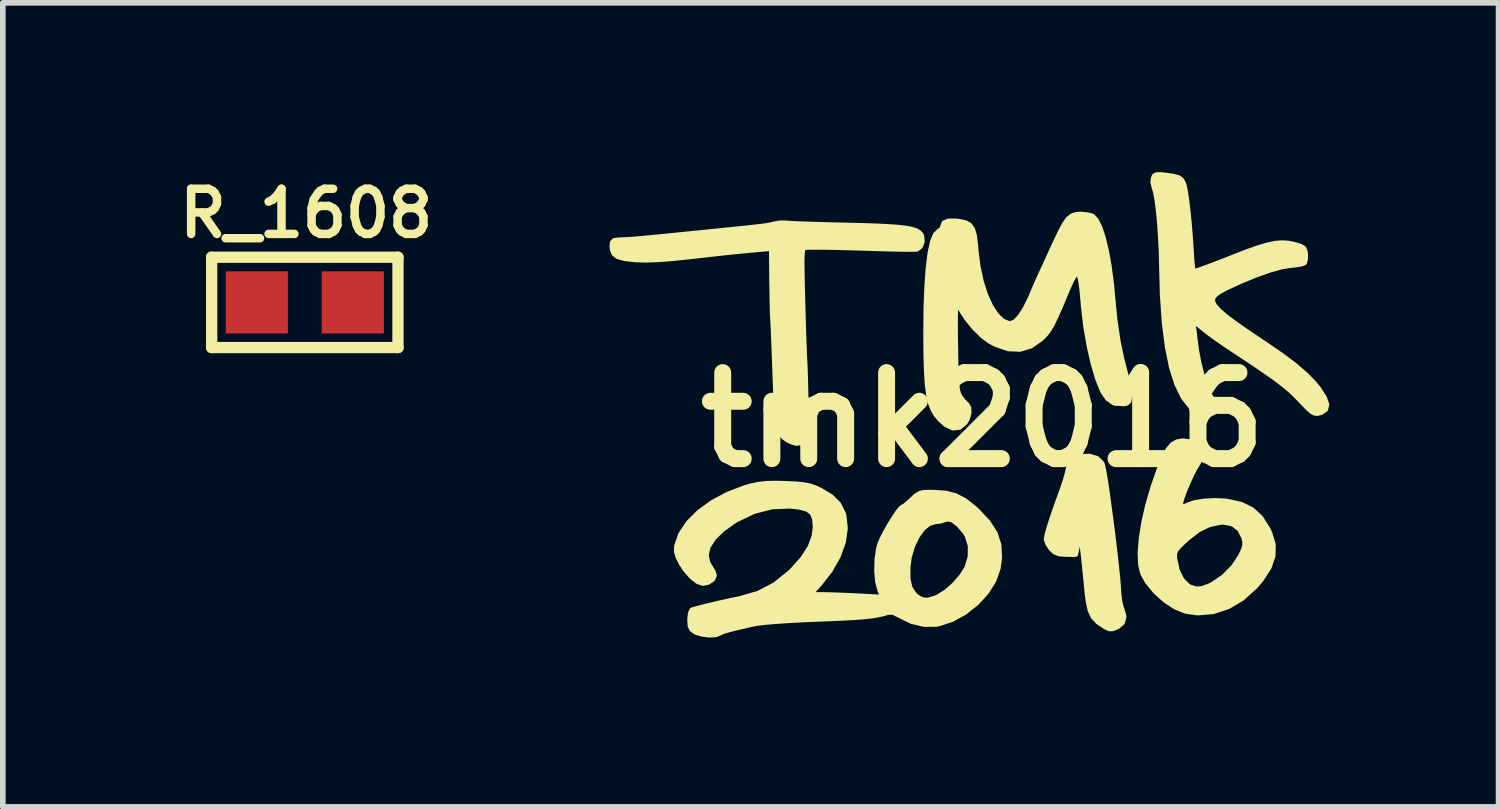
<source format=kicad_pcb>
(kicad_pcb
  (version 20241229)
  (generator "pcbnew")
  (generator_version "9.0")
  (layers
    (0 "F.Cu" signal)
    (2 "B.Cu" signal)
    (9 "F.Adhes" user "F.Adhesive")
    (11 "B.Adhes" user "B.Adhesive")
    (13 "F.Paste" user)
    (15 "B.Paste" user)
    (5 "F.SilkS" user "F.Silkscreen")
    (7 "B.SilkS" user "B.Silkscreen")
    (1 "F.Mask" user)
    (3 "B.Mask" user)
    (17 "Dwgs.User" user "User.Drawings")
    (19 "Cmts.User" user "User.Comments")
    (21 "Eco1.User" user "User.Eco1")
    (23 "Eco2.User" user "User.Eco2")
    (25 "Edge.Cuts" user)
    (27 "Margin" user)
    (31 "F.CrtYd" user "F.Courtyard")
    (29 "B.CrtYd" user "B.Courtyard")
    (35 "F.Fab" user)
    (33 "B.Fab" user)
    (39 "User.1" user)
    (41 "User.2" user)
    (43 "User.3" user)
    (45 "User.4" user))
  (footprint "tmk2016"
    (layer "F.Cu")
    (at 14.359 4.384)
    (property "Reference" "tmk2016" (at 0 0 0) (layer "F.SilkS") (effects (font (size 1.524 1.524) (thickness 0.3))))
    (attr through_hole)
    (fp_poly (pts (xy 2.494 3.488) (xy 2.466 3.592) (xy 2.38 3.663) (xy 2.298 3.696) (xy 2.242 3.697) (xy 2.174 3.666) (xy 2.17 3.663) (xy 2.045 3.581) (xy 1.959 3.489) (xy 1.903 3.368) (xy 1.868 3.202) (xy 1.854 3.087) (xy 1.823 2.769) (xy 1.797 2.516) (xy 1.776 2.323) (xy 1.758 2.185) (xy 1.743 2.097) (xy 1.729 2.054) (xy 1.716 2.051) (xy 1.702 2.083) (xy 1.687 2.145) (xy 1.678 2.187) (xy 1.638 2.381) (xy 1.466 2.379) (xy 1.349 2.369) (xy 1.272 2.337) (xy 1.212 2.28) (xy 1.156 2.196) (xy 1.129 2.122) (xy 1.129 2.116) (xy 1.142 2.04) (xy 1.18 1.905) (xy 1.24 1.718) (xy 1.321 1.485) (xy 1.412 1.235) (xy 1.463 1.084) (xy 1.503 0.944) (xy 1.526 0.837) (xy 1.529 0.812) (xy 1.537 0.739) (xy 1.563 0.698) (xy 1.628 0.675) (xy 1.708 0.66) (xy 1.885 0.652) (xy 2.018 0.691) (xy 2.103 0.776) (xy 2.108 0.787) (xy 2.124 0.847) (xy 2.147 0.967) (xy 2.174 1.136) (xy 2.204 1.342) (xy 2.236 1.576) (xy 2.269 1.826) (xy 2.302 2.083) (xy 2.332 2.335) (xy 2.358 2.571) (xy 2.38 2.781) (xy 2.395 2.954) (xy 2.402 3.073) (xy 2.416 3.203) (xy 2.443 3.32) (xy 2.46 3.364) (xy 2.494 3.488)) (stroke (width 0.1) (type solid)) (fill yes) (layer "F.SilkS"))
    (fp_poly (pts (xy 5.137 2.211) (xy 5.134 2.409) (xy 5.065 2.611) (xy 4.93 2.822) (xy 4.823 2.949) (xy 4.646 3.108) (xy 4.646 2.22) (xy 4.643 2.148) (xy 4.625 2.078) (xy 4.55 1.934) (xy 4.431 1.843) (xy 4.272 1.809) (xy 4.192 1.813) (xy 4.003 1.855) (xy 3.82 1.944) (xy 3.63 2.088) (xy 3.565 2.147) (xy 3.468 2.24) (xy 3.414 2.306) (xy 3.391 2.363) (xy 3.39 2.433) (xy 3.395 2.481) (xy 3.439 2.676) (xy 3.519 2.837) (xy 3.627 2.948) (xy 3.663 2.969) (xy 3.769 3.004) (xy 3.881 2.998) (xy 4.017 2.948) (xy 4.077 2.918) (xy 4.269 2.786) (xy 4.441 2.612) (xy 4.568 2.421) (xy 4.571 2.414) (xy 4.624 2.3) (xy 4.646 2.22) (xy 4.646 3.108) (xy 4.592 3.158) (xy 4.34 3.307) (xy 4.075 3.394) (xy 3.804 3.416) (xy 3.59 3.386) (xy 3.412 3.313) (xy 3.229 3.192) (xy 3.057 3.037) (xy 2.917 2.866) (xy 2.837 2.721) (xy 2.799 2.564) (xy 2.791 2.354) (xy 2.811 2.101) (xy 2.857 1.814) (xy 2.928 1.504) (xy 3.023 1.181) (xy 3.138 0.854) (xy 3.139 0.854) (xy 3.218 0.662) (xy 3.289 0.528) (xy 3.36 0.444) (xy 3.44 0.398) (xy 3.536 0.382) (xy 3.554 0.382) (xy 3.714 0.402) (xy 3.822 0.461) (xy 3.872 0.552) (xy 3.862 0.667) (xy 3.795 0.787) (xy 3.745 0.869) (xy 3.684 0.99) (xy 3.62 1.132) (xy 3.561 1.274) (xy 3.517 1.398) (xy 3.494 1.485) (xy 3.493 1.5) (xy 3.515 1.546) (xy 3.583 1.54) (xy 3.64 1.513) (xy 3.756 1.474) (xy 3.918 1.448) (xy 4.102 1.438) (xy 4.283 1.445) (xy 4.332 1.451) (xy 4.573 1.505) (xy 4.763 1.598) (xy 4.915 1.739) (xy 5.042 1.938) (xy 5.077 2.012) (xy 5.137 2.211)) (stroke (width 0.1) (type solid)) (fill yes) (layer "F.SilkS"))
    (fp_poly (pts (xy 6.085 -0.267) (xy 6.065 -0.185) (xy 5.988 -0.134) (xy 5.974 -0.129) (xy 5.92 -0.117) (xy 5.873 -0.123) (xy 5.82 -0.155) (xy 5.748 -0.221) (xy 5.643 -0.33) (xy 5.633 -0.341) (xy 5.544 -0.433) (xy 5.455 -0.517) (xy 5.356 -0.602) (xy 5.239 -0.693) (xy 5.095 -0.797) (xy 4.917 -0.92) (xy 4.695 -1.069) (xy 4.463 -1.222) (xy 4.294 -1.335) (xy 4.137 -1.444) (xy 4.007 -1.538) (xy 3.916 -1.609) (xy 3.892 -1.63) (xy 3.817 -1.69) (xy 3.757 -1.715) (xy 3.742 -1.712) (xy 3.715 -1.676) (xy 3.717 -1.664) (xy 3.728 -1.619) (xy 3.742 -1.525) (xy 3.754 -1.412) (xy 3.781 -1.212) (xy 3.822 -1.003) (xy 3.873 -0.801) (xy 3.929 -0.621) (xy 3.986 -0.478) (xy 4.04 -0.388) (xy 4.044 -0.383) (xy 4.111 -0.282) (xy 4.122 -0.207) (xy 4.102 -0.152) (xy 4.051 -0.124) (xy 3.965 -0.113) (xy 3.869 -0.113) (xy 3.794 -0.141) (xy 3.712 -0.207) (xy 3.688 -0.23) (xy 3.554 -0.401) (xy 3.44 -0.634) (xy 3.346 -0.93) (xy 3.273 -1.29) (xy 3.219 -1.715) (xy 3.185 -2.206) (xy 3.171 -2.716) (xy 3.165 -2.977) (xy 3.152 -3.237) (xy 3.135 -3.485) (xy 3.113 -3.709) (xy 3.089 -3.898) (xy 3.063 -4.039) (xy 3.037 -4.121) (xy 3.018 -4.207) (xy 3.023 -4.267) (xy 3.041 -4.313) (xy 3.077 -4.334) (xy 3.149 -4.334) (xy 3.23 -4.326) (xy 3.374 -4.306) (xy 3.464 -4.281) (xy 3.517 -4.242) (xy 3.549 -4.181) (xy 3.559 -4.151) (xy 3.58 -4.051) (xy 3.604 -3.894) (xy 3.628 -3.694) (xy 3.651 -3.462) (xy 3.671 -3.214) (xy 3.686 -2.983) (xy 3.696 -2.833) (xy 3.707 -2.712) (xy 3.717 -2.635) (xy 3.722 -2.616) (xy 3.759 -2.623) (xy 3.85 -2.653) (xy 3.987 -2.702) (xy 4.158 -2.767) (xy 4.353 -2.843) (xy 4.381 -2.854) (xy 4.649 -2.959) (xy 4.865 -3.036) (xy 5.038 -3.088) (xy 5.179 -3.118) (xy 5.3 -3.128) (xy 5.411 -3.12) (xy 5.521 -3.097) (xy 5.626 -3.066) (xy 5.68 -3.033) (xy 5.702 -2.981) (xy 5.709 -2.932) (xy 5.708 -2.843) (xy 5.692 -2.786) (xy 5.69 -2.783) (xy 5.641 -2.765) (xy 5.545 -2.749) (xy 5.45 -2.739) (xy 5.284 -2.712) (xy 5.072 -2.652) (xy 4.824 -2.564) (xy 4.553 -2.452) (xy 4.313 -2.341) (xy 4.197 -2.279) (xy 4.114 -2.22) (xy 4.068 -2.16) (xy 4.062 -2.093) (xy 4.099 -2.016) (xy 4.182 -1.924) (xy 4.313 -1.812) (xy 4.496 -1.677) (xy 4.734 -1.512) (xy 4.974 -1.352) (xy 5.276 -1.145) (xy 5.522 -0.961) (xy 5.717 -0.793) (xy 5.869 -0.637) (xy 5.949 -0.537) (xy 6.046 -0.383) (xy 6.085 -0.267)) (stroke (width 0.1) (type solid)) (fill yes) (layer "F.SilkS"))
    (fp_poly (pts (xy -1.08 -3.154) (xy -1.116 -3.068) (xy -1.172 -3.027) (xy -1.218 -3.024) (xy -1.325 -3.024) (xy -1.483 -3.026) (xy -1.682 -3.03) (xy -1.913 -3.037) (xy -2.161 -3.045) (xy -2.414 -3.052) (xy -2.646 -3.058) (xy -2.847 -3.061) (xy -3.007 -3.061) (xy -3.115 -3.059) (xy -3.163 -3.054) (xy -3.18 -3.042) (xy -3.194 -3.017) (xy -3.203 -2.969) (xy -3.208 -2.891) (xy -3.21 -2.776) (xy -3.208 -2.614) (xy -3.204 -2.398) (xy -3.196 -2.12) (xy -3.196 -2.107) (xy -3.189 -1.85) (xy -3.182 -1.61) (xy -3.175 -1.397) (xy -3.168 -1.223) (xy -3.163 -1.099) (xy -3.16 -1.041) (xy -3.155 -0.952) (xy -3.15 -0.811) (xy -3.145 -0.637) (xy -3.141 -0.448) (xy -3.14 -0.43) (xy -3.134 -0.246) (xy -3.124 -0.077) (xy -3.11 0.057) (xy -3.094 0.14) (xy -3.092 0.146) (xy -3.071 0.222) (xy -3.087 0.276) (xy -3.151 0.338) (xy -3.228 0.397) (xy -3.295 0.414) (xy -3.377 0.392) (xy -3.445 0.361) (xy -3.536 0.297) (xy -3.6 0.217) (xy -3.601 0.216) (xy -3.618 0.143) (xy -3.635 0.001) (xy -3.651 -0.21) (xy -3.665 -0.488) (xy -3.676 -0.776) (xy -3.685 -1.028) (xy -3.694 -1.263) (xy -3.702 -1.469) (xy -3.709 -1.635) (xy -3.715 -1.751) (xy -3.718 -1.799) (xy -3.722 -1.877) (xy -3.726 -2.01) (xy -3.729 -2.182) (xy -3.732 -2.378) (xy -3.734 -2.482) (xy -3.739 -3.041) (xy -3.995 -3.018) (xy -4.155 -3.003) (xy -4.29 -2.99) (xy -4.417 -2.978) (xy -4.551 -2.964) (xy -4.706 -2.947) (xy -4.898 -2.925) (xy -5.142 -2.898) (xy -5.203 -2.891) (xy -5.513 -2.859) (xy -5.764 -2.84) (xy -5.969 -2.833) (xy -6.137 -2.838) (xy -6.165 -2.84) (xy -6.342 -2.86) (xy -6.459 -2.892) (xy -6.527 -2.941) (xy -6.557 -3.013) (xy -6.562 -3.072) (xy -6.556 -3.137) (xy -6.526 -3.168) (xy -6.452 -3.178) (xy -6.412 -3.18) (xy -6.351 -3.182) (xy -6.292 -3.185) (xy -6.225 -3.189) (xy -6.142 -3.196) (xy -6.034 -3.205) (xy -5.892 -3.219) (xy -5.708 -3.237) (xy -5.472 -3.26) (xy -5.178 -3.29) (xy -5.108 -3.297) (xy -4.776 -3.33) (xy -4.507 -3.358) (xy -4.294 -3.379) (xy -4.128 -3.397) (xy -4.002 -3.411) (xy -3.91 -3.421) (xy -3.843 -3.43) (xy -3.794 -3.439) (xy -3.756 -3.446) (xy -3.72 -3.455) (xy -3.697 -3.461) (xy -3.588 -3.479) (xy -3.494 -3.479) (xy -3.485 -3.478) (xy -3.429 -3.473) (xy -3.313 -3.467) (xy -3.147 -3.46) (xy -2.939 -3.454) (xy -2.702 -3.447) (xy -2.444 -3.441) (xy -2.434 -3.441) (xy -2.09 -3.432) (xy -1.809 -3.422) (xy -1.586 -3.409) (xy -1.413 -3.393) (xy -1.285 -3.372) (xy -1.194 -3.346) (xy -1.135 -3.313) (xy -1.099 -3.273) (xy -1.09 -3.253) (xy -1.08 -3.154)) (stroke (width 0.1) (type solid)) (fill yes) (layer "F.SilkS"))
    (fp_poly (pts (xy 2.59 -0.406) (xy 2.582 -0.329) (xy 2.539 -0.296) (xy 2.492 -0.288) (xy 2.339 -0.301) (xy 2.215 -0.378) (xy 2.128 -0.504) (xy 2.039 -0.724) (xy 1.958 -0.999) (xy 1.886 -1.314) (xy 1.828 -1.653) (xy 1.787 -2.001) (xy 1.782 -2.064) (xy 1.76 -2.302) (xy 1.737 -2.47) (xy 1.729 -2.499) (xy 1.729 -2.663) (xy 1.711 -2.681) (xy 1.693 -2.663) (xy 1.711 -2.646) (xy 1.729 -2.663) (xy 1.729 -2.499) (xy 1.709 -2.571) (xy 1.674 -2.605) (xy 1.629 -2.574) (xy 1.571 -2.478) (xy 1.499 -2.321) (xy 1.458 -2.223) (xy 1.363 -1.996) (xy 1.287 -1.824) (xy 1.225 -1.696) (xy 1.169 -1.6) (xy 1.115 -1.526) (xy 1.055 -1.463) (xy 1.024 -1.434) (xy 0.845 -1.31) (xy 0.655 -1.253) (xy 0.45 -1.263) (xy 0.227 -1.34) (xy 0.115 -1.4) (xy -0.01 -1.495) (xy -0.148 -1.633) (xy -0.278 -1.791) (xy -0.382 -1.95) (xy -0.414 -2.011) (xy -0.472 -2.134) (xy -0.486 -2.028) (xy -0.49 -1.961) (xy -0.492 -1.836) (xy -0.493 -1.666) (xy -0.492 -1.464) (xy -0.488 -1.242) (xy -0.488 -1.215) (xy -0.483 -0.968) (xy -0.477 -0.782) (xy -0.469 -0.646) (xy -0.458 -0.548) (xy -0.444 -0.48) (xy -0.424 -0.43) (xy -0.408 -0.403) (xy -0.349 -0.324) (xy -0.297 -0.273) (xy -0.294 -0.272) (xy -0.255 -0.211) (xy -0.252 -0.117) (xy -0.283 -0.012) (xy -0.32 0.048) (xy -0.417 0.129) (xy -0.527 0.141) (xy -0.651 0.084) (xy -0.756 -0.009) (xy -0.824 -0.091) (xy -0.879 -0.184) (xy -0.922 -0.296) (xy -0.954 -0.436) (xy -0.978 -0.612) (xy -0.993 -0.832) (xy -1.002 -1.103) (xy -1.005 -1.435) (xy -1.005 -1.552) (xy -1.001 -1.995) (xy -0.986 -2.378) (xy -0.962 -2.699) (xy -0.929 -2.957) (xy -0.887 -3.15) (xy -0.836 -3.276) (xy -0.776 -3.334) (xy -0.774 -3.334) (xy -0.718 -3.38) (xy -0.706 -3.421) (xy -0.682 -3.483) (xy -0.608 -3.513) (xy -0.477 -3.513) (xy -0.42 -3.506) (xy -0.313 -3.484) (xy -0.238 -3.443) (xy -0.188 -3.372) (xy -0.155 -3.257) (xy -0.134 -3.089) (xy -0.128 -3.007) (xy -0.093 -2.718) (xy -0.035 -2.449) (xy 0.042 -2.208) (xy 0.135 -2.004) (xy 0.239 -1.846) (xy 0.351 -1.74) (xy 0.467 -1.695) (xy 0.484 -1.694) (xy 0.567 -1.726) (xy 0.659 -1.819) (xy 0.754 -1.964) (xy 0.846 -2.153) (xy 0.849 -2.159) (xy 0.916 -2.318) (xy 0.992 -2.491) (xy 1.039 -2.593) (xy 1.098 -2.721) (xy 1.173 -2.886) (xy 1.253 -3.06) (xy 1.29 -3.14) (xy 1.381 -3.331) (xy 1.454 -3.466) (xy 1.518 -3.555) (xy 1.582 -3.606) (xy 1.654 -3.629) (xy 1.728 -3.634) (xy 1.838 -3.625) (xy 1.926 -3.605) (xy 1.94 -3.598) (xy 2.004 -3.53) (xy 2.068 -3.4) (xy 2.128 -3.216) (xy 2.183 -2.987) (xy 2.231 -2.72) (xy 2.27 -2.426) (xy 2.291 -2.2) (xy 2.333 -1.77) (xy 2.39 -1.384) (xy 2.46 -1.053) (xy 2.487 -0.953) (xy 2.554 -0.688) (xy 2.586 -0.469) (xy 2.59 -0.406)) (stroke (width 0.1) (type solid)) (fill yes) (layer "F.SilkS"))
    (fp_poly (pts (xy 0.29 2.44) (xy 0.265 2.628) (xy 0.192 2.841) (xy 0.061 3.05) (xy -0.115 3.243) (xy -0.217 3.323) (xy -0.217 2.233) (xy -0.272 2.054) (xy -0.312 1.988) (xy -0.431 1.849) (xy -0.54 1.769) (xy -0.635 1.751) (xy -0.668 1.763) (xy -0.755 1.79) (xy -0.839 1.799) (xy -0.956 1.833) (xy -1.069 1.925) (xy -1.17 2.065) (xy -1.253 2.24) (xy -1.311 2.44) (xy -1.334 2.62) (xy -1.332 2.827) (xy -1.295 2.983) (xy -1.218 3.099) (xy -1.172 3.141) (xy -1.075 3.196) (xy -0.97 3.203) (xy -0.837 3.163) (xy -0.794 3.144) (xy -0.649 3.054) (xy -0.499 2.922) (xy -0.368 2.77) (xy -0.279 2.628) (xy -0.219 2.431) (xy -0.217 2.233) (xy -0.217 3.323) (xy -0.323 3.408) (xy -0.551 3.534) (xy -0.786 3.61) (xy -0.831 3.618) (xy -1.041 3.619) (xy -1.26 3.567) (xy -1.459 3.47) (xy -1.584 3.407) (xy -1.671 3.404) (xy -1.767 3.431) (xy -1.865 3.453) (xy -1.974 3.471) (xy -2.105 3.485) (xy -2.27 3.498) (xy -2.478 3.509) (xy -2.739 3.52) (xy -2.91 3.527) (xy -3.198 3.539) (xy -3.464 3.554) (xy -3.697 3.57) (xy -3.886 3.587) (xy -4.02 3.604) (xy -4.057 3.611) (xy -4.297 3.665) (xy -4.474 3.709) (xy -4.593 3.743) (xy -4.659 3.77) (xy -4.673 3.78) (xy -4.739 3.803) (xy -4.845 3.808) (xy -4.964 3.794) (xy -5.068 3.765) (xy -5.089 3.755) (xy -5.151 3.711) (xy -5.179 3.651) (xy -5.186 3.548) (xy -5.186 3.543) (xy -5.176 3.435) (xy -5.151 3.377) (xy -5.142 3.372) (xy -5.012 3.337) (xy -4.84 3.294) (xy -4.65 3.249) (xy -4.469 3.209) (xy -4.322 3.179) (xy -4.304 3.175) (xy -3.976 3.081) (xy -3.677 2.924) (xy -3.402 2.701) (xy -3.382 2.682) (xy -3.187 2.464) (xy -3.055 2.26) (xy -2.982 2.062) (xy -2.963 1.895) (xy -2.976 1.75) (xy -3.019 1.648) (xy -3.104 1.582) (xy -3.24 1.543) (xy -3.419 1.524) (xy -3.74 1.538) (xy -4.054 1.618) (xy -4.366 1.767) (xy -4.392 1.782) (xy -4.611 1.935) (xy -4.771 2.091) (xy -4.871 2.247) (xy -4.907 2.397) (xy -4.877 2.539) (xy -4.833 2.611) (xy -4.784 2.692) (xy -4.763 2.759) (xy -4.793 2.824) (xy -4.869 2.874) (xy -4.956 2.893) (xy -5.047 2.863) (xy -5.153 2.78) (xy -5.26 2.659) (xy -5.333 2.548) (xy -5.395 2.428) (xy -5.421 2.338) (xy -5.42 2.251) (xy -5.416 2.23) (xy -5.345 2.028) (xy -5.212 1.83) (xy -5.026 1.643) (xy -4.793 1.473) (xy -4.523 1.328) (xy -4.223 1.213) (xy -4.121 1.183) (xy -3.983 1.152) (xy -3.839 1.135) (xy -3.668 1.131) (xy -3.486 1.136) (xy -3.301 1.145) (xy -3.167 1.159) (xy -3.062 1.18) (xy -2.968 1.213) (xy -2.881 1.253) (xy -2.692 1.367) (xy -2.562 1.497) (xy -2.481 1.655) (xy -2.466 1.704) (xy -2.442 1.924) (xy -2.477 2.166) (xy -2.568 2.418) (xy -2.713 2.672) (xy -2.893 2.902) (xy -3.075 3.104) (xy -2.848 3.104) (xy -2.719 3.106) (xy -2.544 3.112) (xy -2.349 3.12) (xy -2.192 3.128) (xy -1.763 3.151) (xy -1.819 3.017) (xy -1.858 2.869) (xy -1.875 2.681) (xy -1.87 2.48) (xy -1.844 2.294) (xy -1.821 2.209) (xy -1.78 2.112) (xy -1.718 1.991) (xy -1.644 1.861) (xy -1.567 1.737) (xy -1.498 1.635) (xy -1.444 1.569) (xy -1.42 1.552) (xy -1.38 1.53) (xy -1.31 1.471) (xy -1.255 1.42) (xy -1.18 1.351) (xy -1.118 1.312) (xy -1.045 1.294) (xy -0.937 1.291) (xy -0.868 1.292) (xy -0.659 1.307) (xy -0.487 1.351) (xy -0.329 1.433) (xy -0.164 1.562) (xy -0.103 1.617) (xy 0.086 1.818) (xy 0.212 2.014) (xy 0.278 2.217) (xy 0.29 2.44)) (stroke (width 0.1) (type solid)) (fill yes) (layer "F.SilkS")))
  (footprint "R_1608"
    (layer "F.Cu")
    (at 2.349 2.306)
    (property "Reference" "R_1608" (at 0.025 -1.575 0) (layer "F.SilkS") (effects (font (size 0.8 0.8) (thickness 0.15))))
    (attr through_hole)
    (fp_line (start -1.65 -0.8) (end 1.65 -0.8) (stroke (width 0.2) (type solid)) (layer "F.SilkS"))
    (fp_line (start -1.65 0.8) (end -1.65 -0.8) (stroke (width 0.2) (type solid)) (layer "F.SilkS"))
    (fp_line (start 1.65 -0.8) (end 1.65 0.8) (stroke (width 0.2) (type solid)) (layer "F.SilkS"))
    (fp_line (start 1.65 0.8) (end -1.65 0.8) (stroke (width 0.2) (type solid)) (layer "F.SilkS"))
    (pad "1" smd rect (at -0.85 0) (size 1.1 1.1) (layers "F.Cu" "F.Mask" "F.Paste"))
    (pad "2" smd rect (at 0.85 0) (size 1.1 1.1) (layers "F.Cu" "F.Mask" "F.Paste")))
  (gr_rect
    (start -3 -3)
    (end 23.493 11.242)
    (stroke (width 0.1) (type default))
    (fill no)
    (layer "Edge.Cuts")))
</source>
